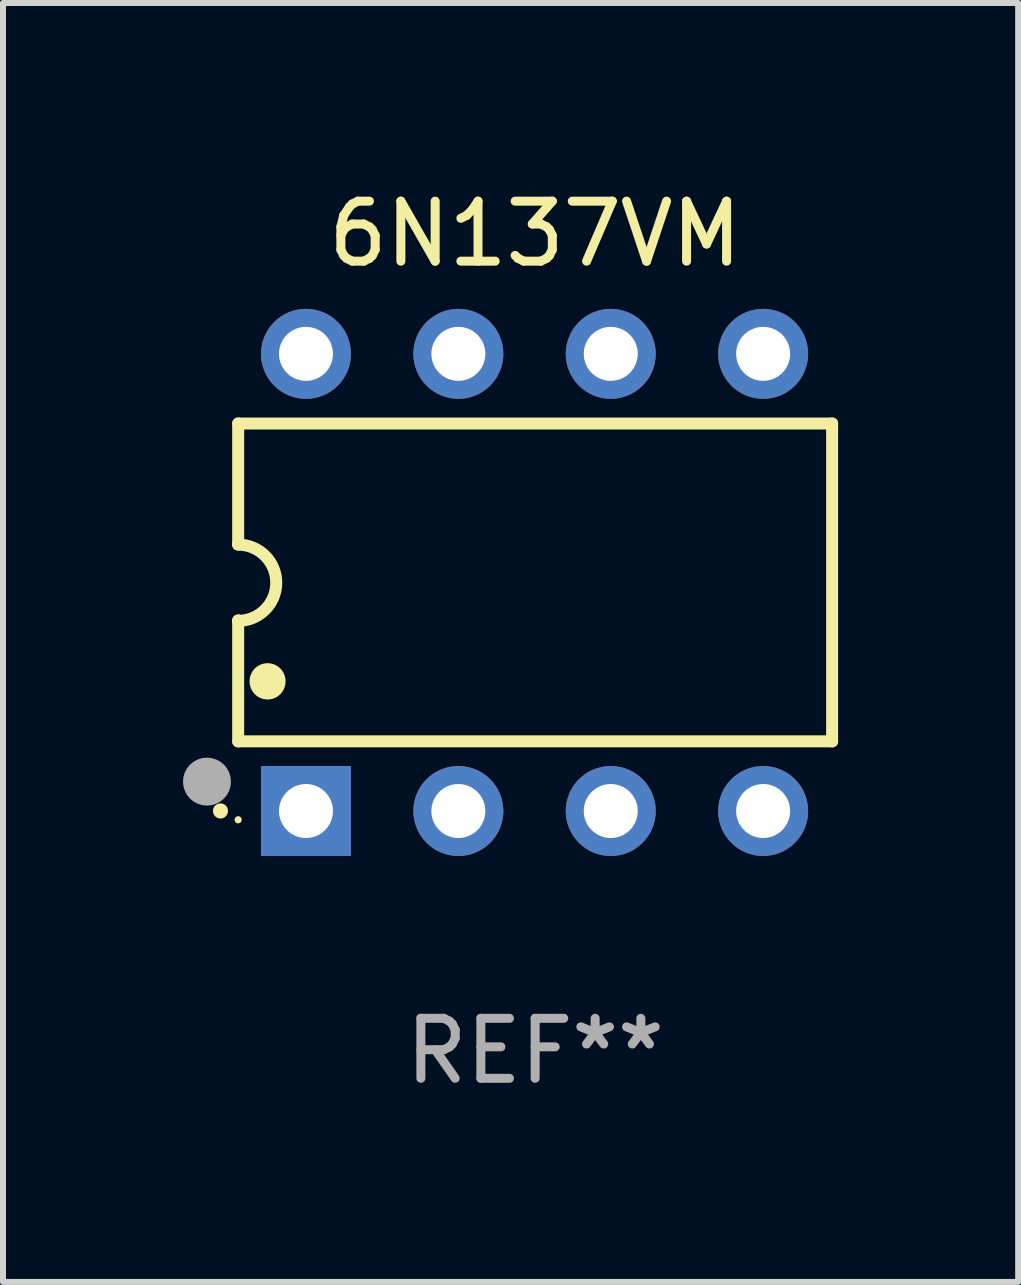
<source format=kicad_pcb>
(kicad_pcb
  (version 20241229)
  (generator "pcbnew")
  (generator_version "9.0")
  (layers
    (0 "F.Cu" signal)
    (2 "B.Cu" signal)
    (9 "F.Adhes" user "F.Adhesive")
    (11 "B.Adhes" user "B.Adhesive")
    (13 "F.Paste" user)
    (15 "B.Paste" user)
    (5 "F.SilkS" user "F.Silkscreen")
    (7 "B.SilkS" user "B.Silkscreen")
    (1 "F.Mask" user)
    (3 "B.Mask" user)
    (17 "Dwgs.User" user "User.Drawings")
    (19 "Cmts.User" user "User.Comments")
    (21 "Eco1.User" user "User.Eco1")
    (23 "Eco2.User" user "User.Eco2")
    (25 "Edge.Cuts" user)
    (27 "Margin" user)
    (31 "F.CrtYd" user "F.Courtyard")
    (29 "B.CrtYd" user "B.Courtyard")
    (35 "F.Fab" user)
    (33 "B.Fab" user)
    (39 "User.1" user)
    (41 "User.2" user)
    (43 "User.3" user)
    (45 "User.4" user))
  (footprint "6N137VM"
    (layer "F.Cu")
    (at 5.87 6.658)
    (property "Reference" "6N137VM" (at 0 -5.81 0) (layer "F.SilkS") (effects (font (size 1 1) (thickness 0.15))))
    (attr through_hole)
    (fp_line (start -4.95 -2.649) (end 4.95 -2.649) (stroke (width 0.2) (type solid)) (layer "F.SilkS"))
    (fp_line (start -4.95 -0.635) (end -4.95 -2.649) (stroke (width 0.2) (type solid)) (layer "F.SilkS"))
    (fp_line (start -4.95 0.635) (end -4.95 0.64) (stroke (width 0.2) (type solid)) (layer "F.SilkS"))
    (fp_line (start -4.95 2.649) (end -4.95 0.635) (stroke (width 0.2) (type solid)) (layer "F.SilkS"))
    (fp_line (start -4.95 -0.64) (end -4.95 -0.635) (stroke (width 0.2) (type solid)) (layer "F.SilkS"))
    (fp_line (start 4.95 -2.649) (end 4.95 2.649) (stroke (width 0.2) (type solid)) (layer "F.SilkS"))
    (fp_line (start 4.95 2.649) (end -4.95 2.649) (stroke (width 0.2) (type solid)) (layer "F.SilkS"))
    (fp_arc (start -5.24511 3.810008) (mid -5.245117 3.808738) (end -5.24511 3.807468) (stroke (width 0.25) (type solid)) (layer "F.SilkS"))
    (fp_arc (start -4.950165 -0.629997) (mid -4.315164 0.005004) (end -4.950165 0.640005) (stroke (width 0.2) (type solid)) (layer "F.SilkS"))
    (fp_arc (start -4.460249 1.651003) (mid -4.46026 1.648463) (end -4.460249 1.645923) (stroke (width 0.6) (type solid)) (layer "F.SilkS"))
    (fp_circle (center -4.95 3.956) (end -4.92 3.956) (stroke (width 0.06) (type solid)) (fill no) (layer "F.SilkS"))
    (fp_circle (center -5.47 3.32) (end -5.27 3.32) (stroke (width 0.4) (type solid)) (fill no) (layer "F.Fab"))
    (fp_text user "REF**" (at 0 7.81 0) (layer "F.Fab") (effects (font (size 1 1) (thickness 0.15))))
    (pad "1" thru_hole rect (at -3.82 3.81) (size 1.5 1.5) (drill 0.9) (layers "*.Cu" "*.Mask"))
    (pad "2" thru_hole circle (at -1.28 3.81) (size 1.5 1.5) (drill 0.9) (layers "*.Cu" "*.Mask"))
    (pad "3" thru_hole circle (at 1.26 3.81) (size 1.5 1.5) (drill 0.9) (layers "*.Cu" "*.Mask"))
    (pad "4" thru_hole circle (at 3.8 3.81) (size 1.5 1.5) (drill 0.9) (layers "*.Cu" "*.Mask"))
    (pad "5" thru_hole circle (at 3.8 -3.81) (size 1.5 1.5) (drill 0.9) (layers "*.Cu" "*.Mask"))
    (pad "6" thru_hole circle (at 1.26 -3.81) (size 1.5 1.5) (drill 0.9) (layers "*.Cu" "*.Mask"))
    (pad "7" thru_hole circle (at -1.28 -3.81) (size 1.5 1.5) (drill 0.9) (layers "*.Cu" "*.Mask"))
    (pad "8" thru_hole circle (at -3.82 -3.81) (size 1.5 1.5) (drill 0.9) (layers "*.Cu" "*.Mask")))
  (gr_rect
    (start -3 -3)
    (end 13.921 18.317)
    (stroke (width 0.1) (type default))
    (fill no)
    (layer "Edge.Cuts")))
</source>
